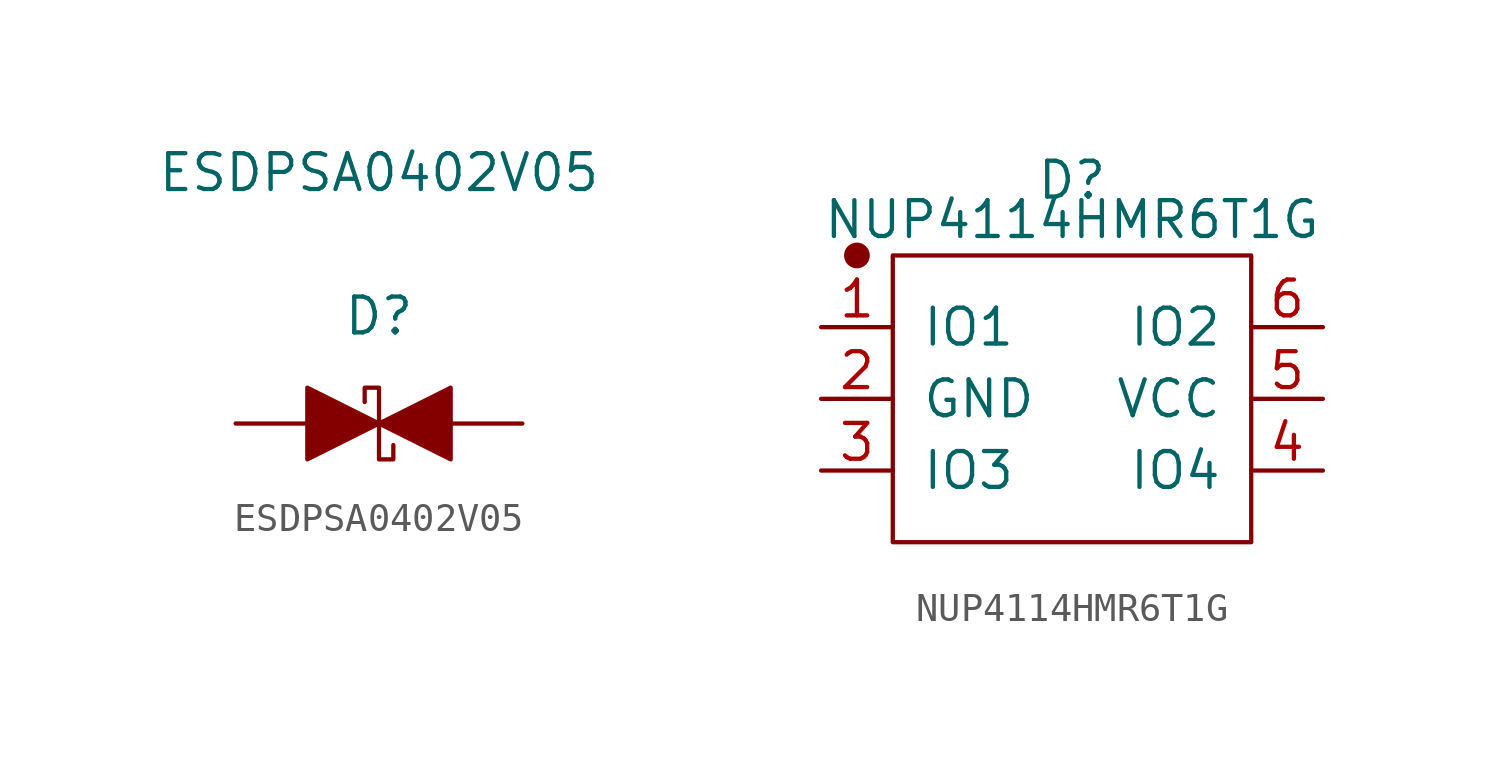
<source format=kicad_sym>
(kicad_symbol_lib
  (version 20231120)
  (generator "kicad_symbol_editor")
  (generator_version "8.0")
  (symbol "ESDPSA0402V05"
    (pin_numbers hide)
    (pin_names
      (offset 1.016) hide)
    (property "Reference" "D"
      (at 0 3.81 0)
      (effects (font (size 1.27 1.27))))
    (property "Value" "ESDPSA0402V05"
      (at 0 8.89 0)
      (effects (font (size 1.27 1.27))))
    (symbol "ESDPSA0402V05_1_1"
      (polyline (pts (xy -2.54 -1.27) (xy 0 0) (xy -2.54 1.27) (xy -2.54 -1.27)) (stroke (width 0.152) (type solid)) (fill (type outline)))
      (polyline (pts (xy 2.54 1.27) (xy 0 0) (xy 2.54 -1.27) (xy 2.54 1.27)) (stroke (width 0.152) (type solid)) (fill (type outline)))
      (polyline (pts (xy -0.508 0.762) (xy -0.508 1.27) (xy 0 1.27) (xy 0 -1.27) (xy 0.508 -1.27) (xy 0.508 -0.762)) (stroke (width 0.152) (type solid)) (fill (type none)))
      (pin input line (at -5.08 0 0) (length 2.54) (name "1" (effects (font (size 1.27 1.27)))) (number "1" (effects (font (size 1.27 1.27)))))
      (pin input line (at 5.08 0 180) (length 2.54) (name "2" (effects (font (size 1.27 1.27)))) (number "2" (effects (font (size 1.27 1.27)))))))
  (symbol "NUP4114HMR6T1G"
    (pin_names
      (offset 1.016))
    (property "Reference" "D"
      (at 0 7.747 0)
      (effects (font (size 1.27 1.27))))
    (property "Value" "NUP4114HMR6T1G"
      (at 0 6.35 0)
      (effects (font (size 1.27 1.27))))
    (symbol "NUP4114HMR6T1G_1_1"
      (circle (center -7.62 5.08) (radius 0.381) (stroke (width 0.152) (type solid)) (fill (type outline)))
      (rectangle (start -6.35 5.08) (end 6.35 -5.08) (stroke (width 0.152) (type solid)) (fill (type none)))
      (pin bidirectional line (at -8.89 2.54 0) (length 2.54) (name "IO1" (effects (font (size 1.27 1.27)))) (number "1" (effects (font (size 1.27 1.27)))))
      (pin power_in line (at -8.89 0 0) (length 2.54) (name "GND" (effects (font (size 1.27 1.27)))) (number "2" (effects (font (size 1.27 1.27)))))
      (pin bidirectional line (at -8.89 -2.54 0) (length 2.54) (name "IO3" (effects (font (size 1.27 1.27)))) (number "3" (effects (font (size 1.27 1.27)))))
      (pin bidirectional line (at 8.89 -2.54 180) (length 2.54) (name "IO4" (effects (font (size 1.27 1.27)))) (number "4" (effects (font (size 1.27 1.27)))))
      (pin power_in line (at 8.89 0 180) (length 2.54) (name "VCC" (effects (font (size 1.27 1.27)))) (number "5" (effects (font (size 1.27 1.27)))))
      (pin bidirectional line (at 8.89 2.54 180) (length 2.54) (name "IO2" (effects (font (size 1.27 1.27)))) (number "6" (effects (font (size 1.27 1.27))))))))
</source>
